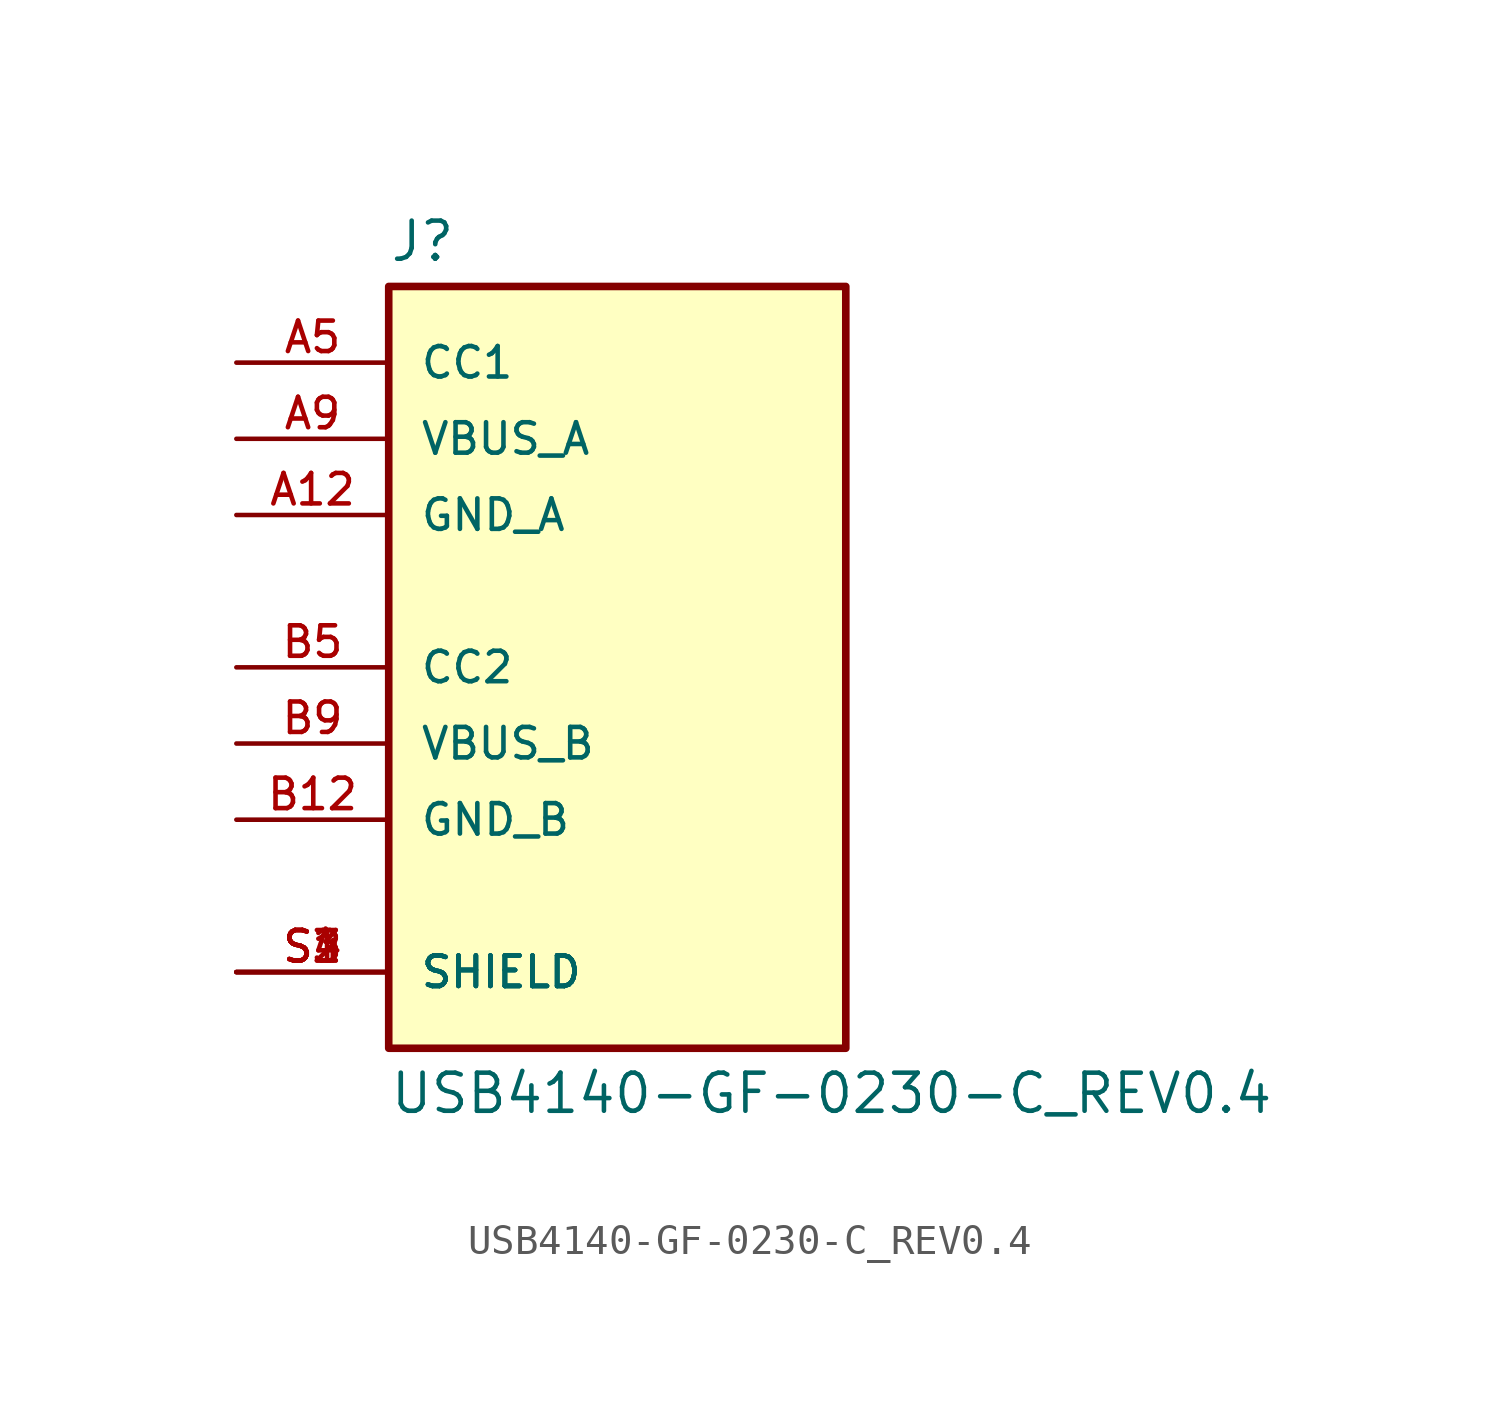
<source format=kicad_sym>
(kicad_symbol_lib
  (version 20211014)
  (generator kicad_symbol_editor)
  (symbol "USB4140-GF-0230-C_REV0.4"
    (pin_names
      (offset 1.016))
    (property "Reference" "J"
      (at -7.62 13.462 0)
      (effects (font (size 1.27 1.27)) (justify bottom left)))
    (property "Value" "USB4140-GF-0230-C_REV0.4"
      (at -7.62 -13.462 0.0)
      (effects (font (size 1.27 1.27)) (justify top left)))
    (symbol "USB4140-GF-0230-C_REV0.4_0_0"
      (rectangle (start -7.62 -12.7) (end 7.62 12.7) (stroke (width 0.254)) (fill (type background)))
      (pin power_in line (at -12.7 5.08 0) (length 5.08) (name "GND_A" (effects (font (size 1.016 1.016)))) (number "A12" (effects (font (size 1.016 1.016)))))
      (pin power_in line (at -12.7 7.62 0) (length 5.08) (name "VBUS_A" (effects (font (size 1.016 1.016)))) (number "A9" (effects (font (size 1.016 1.016)))))
      (pin bidirectional line (at -12.7 10.16 0) (length 5.08) (name "CC1" (effects (font (size 1.016 1.016)))) (number "A5" (effects (font (size 1.016 1.016)))))
      (pin passive line (at -12.7 -10.16 0) (length 5.08) (name "SHIELD" (effects (font (size 1.016 1.016)))) (number "S1" (effects (font (size 1.016 1.016)))))
      (pin passive line (at -12.7 -10.16 0) (length 5.08) (name "SHIELD" (effects (font (size 1.016 1.016)))) (number "S2" (effects (font (size 1.016 1.016)))))
      (pin passive line (at -12.7 -10.16 0) (length 5.08) (name "SHIELD" (effects (font (size 1.016 1.016)))) (number "S3" (effects (font (size 1.016 1.016)))))
      (pin passive line (at -12.7 -10.16 0) (length 5.08) (name "SHIELD" (effects (font (size 1.016 1.016)))) (number "S4" (effects (font (size 1.016 1.016)))))
      (pin power_in line (at -12.7 -5.08 0) (length 5.08) (name "GND_B" (effects (font (size 1.016 1.016)))) (number "B12" (effects (font (size 1.016 1.016)))))
      (pin power_in line (at -12.7 -2.54 0) (length 5.08) (name "VBUS_B" (effects (font (size 1.016 1.016)))) (number "B9" (effects (font (size 1.016 1.016)))))
      (pin bidirectional line (at -12.7 0.0 0) (length 5.08) (name "CC2" (effects (font (size 1.016 1.016)))) (number "B5" (effects (font (size 1.016 1.016))))))))
</source>
